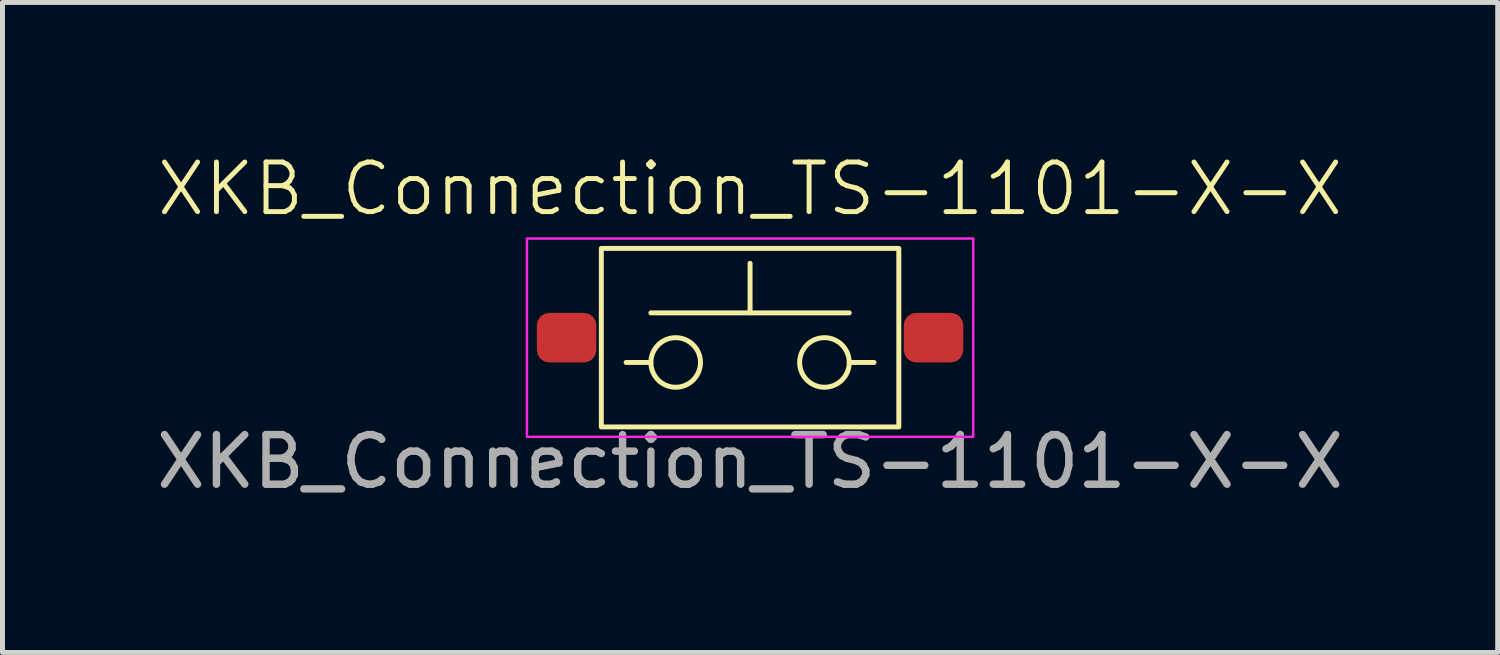
<source format=kicad_pcb>
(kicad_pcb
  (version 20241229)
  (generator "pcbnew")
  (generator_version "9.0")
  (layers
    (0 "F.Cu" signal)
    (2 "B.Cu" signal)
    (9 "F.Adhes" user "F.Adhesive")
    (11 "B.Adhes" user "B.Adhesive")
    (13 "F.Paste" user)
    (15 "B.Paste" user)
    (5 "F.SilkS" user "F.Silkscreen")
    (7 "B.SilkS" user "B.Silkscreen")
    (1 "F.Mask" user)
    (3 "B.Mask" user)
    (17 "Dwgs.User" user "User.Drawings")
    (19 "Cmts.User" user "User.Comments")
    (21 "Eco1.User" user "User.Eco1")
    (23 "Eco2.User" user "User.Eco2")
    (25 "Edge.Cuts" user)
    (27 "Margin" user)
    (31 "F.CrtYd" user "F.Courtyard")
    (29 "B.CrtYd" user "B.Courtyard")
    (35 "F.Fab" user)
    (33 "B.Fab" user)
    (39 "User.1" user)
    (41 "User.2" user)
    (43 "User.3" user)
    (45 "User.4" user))
  (footprint "XKB_Connection_TS-1101-X-X"
    (layer "F.Cu")
    (at 12.077 3.76)
    (property "Reference" "XKB_Connection_TS-1101-X-X" (at 0 -3 0) (unlocked yes) (layer "F.SilkS") (effects (font (size 1 1) (thickness 0.1))))
    (attr smd)
    (fp_line (start -2 -0.5) (end 2 -0.5) (stroke (width 0.1) (type default)) (layer "F.SilkS"))
    (fp_line (start -2 0.5) (end -2.5 0.5) (stroke (width 0.1) (type default)) (layer "F.SilkS"))
    (fp_line (start 0 -1.5) (end 0 -0.5) (stroke (width 0.1) (type default)) (layer "F.SilkS"))
    (fp_line (start 2 0.5) (end 2.5 0.5) (stroke (width 0.1) (type default)) (layer "F.SilkS"))
    (fp_rect (start -3 -1.8) (end 3 1.8) (stroke (width 0.1) (type default)) (fill no) (layer "F.SilkS"))
    (fp_circle (center -1.5 0.5) (end -1 0.5) (stroke (width 0.1) (type solid)) (fill no) (layer "F.SilkS"))
    (fp_circle (center 1.5 0.5) (end 2 0.5) (stroke (width 0.1) (type solid)) (fill no) (layer "F.SilkS"))
    (fp_rect (start -4.5 -2) (end 4.5 2) (stroke (width 0.05) (type default)) (fill no) (layer "F.CrtYd"))
    (fp_text user "${REFERENCE}" (at 0 2.5 0) (unlocked yes) (layer "F.Fab") (effects (font (size 1 1) (thickness 0.15))))
    (pad "1" smd roundrect (at -3.7 0) (size 1.2 1) (layers "F.Cu" "F.Mask" "F.Paste") (roundrect_rratio 0.25))
    (pad "2" smd roundrect (at 3.7 0) (size 1.2 1) (layers "F.Cu" "F.Mask" "F.Paste") (roundrect_rratio 0.25)))
  (gr_rect
    (start -3 -3)
    (end 27.155 10.109)
    (stroke (width 0.1) (type default))
    (fill no)
    (layer "Edge.Cuts")))
</source>
